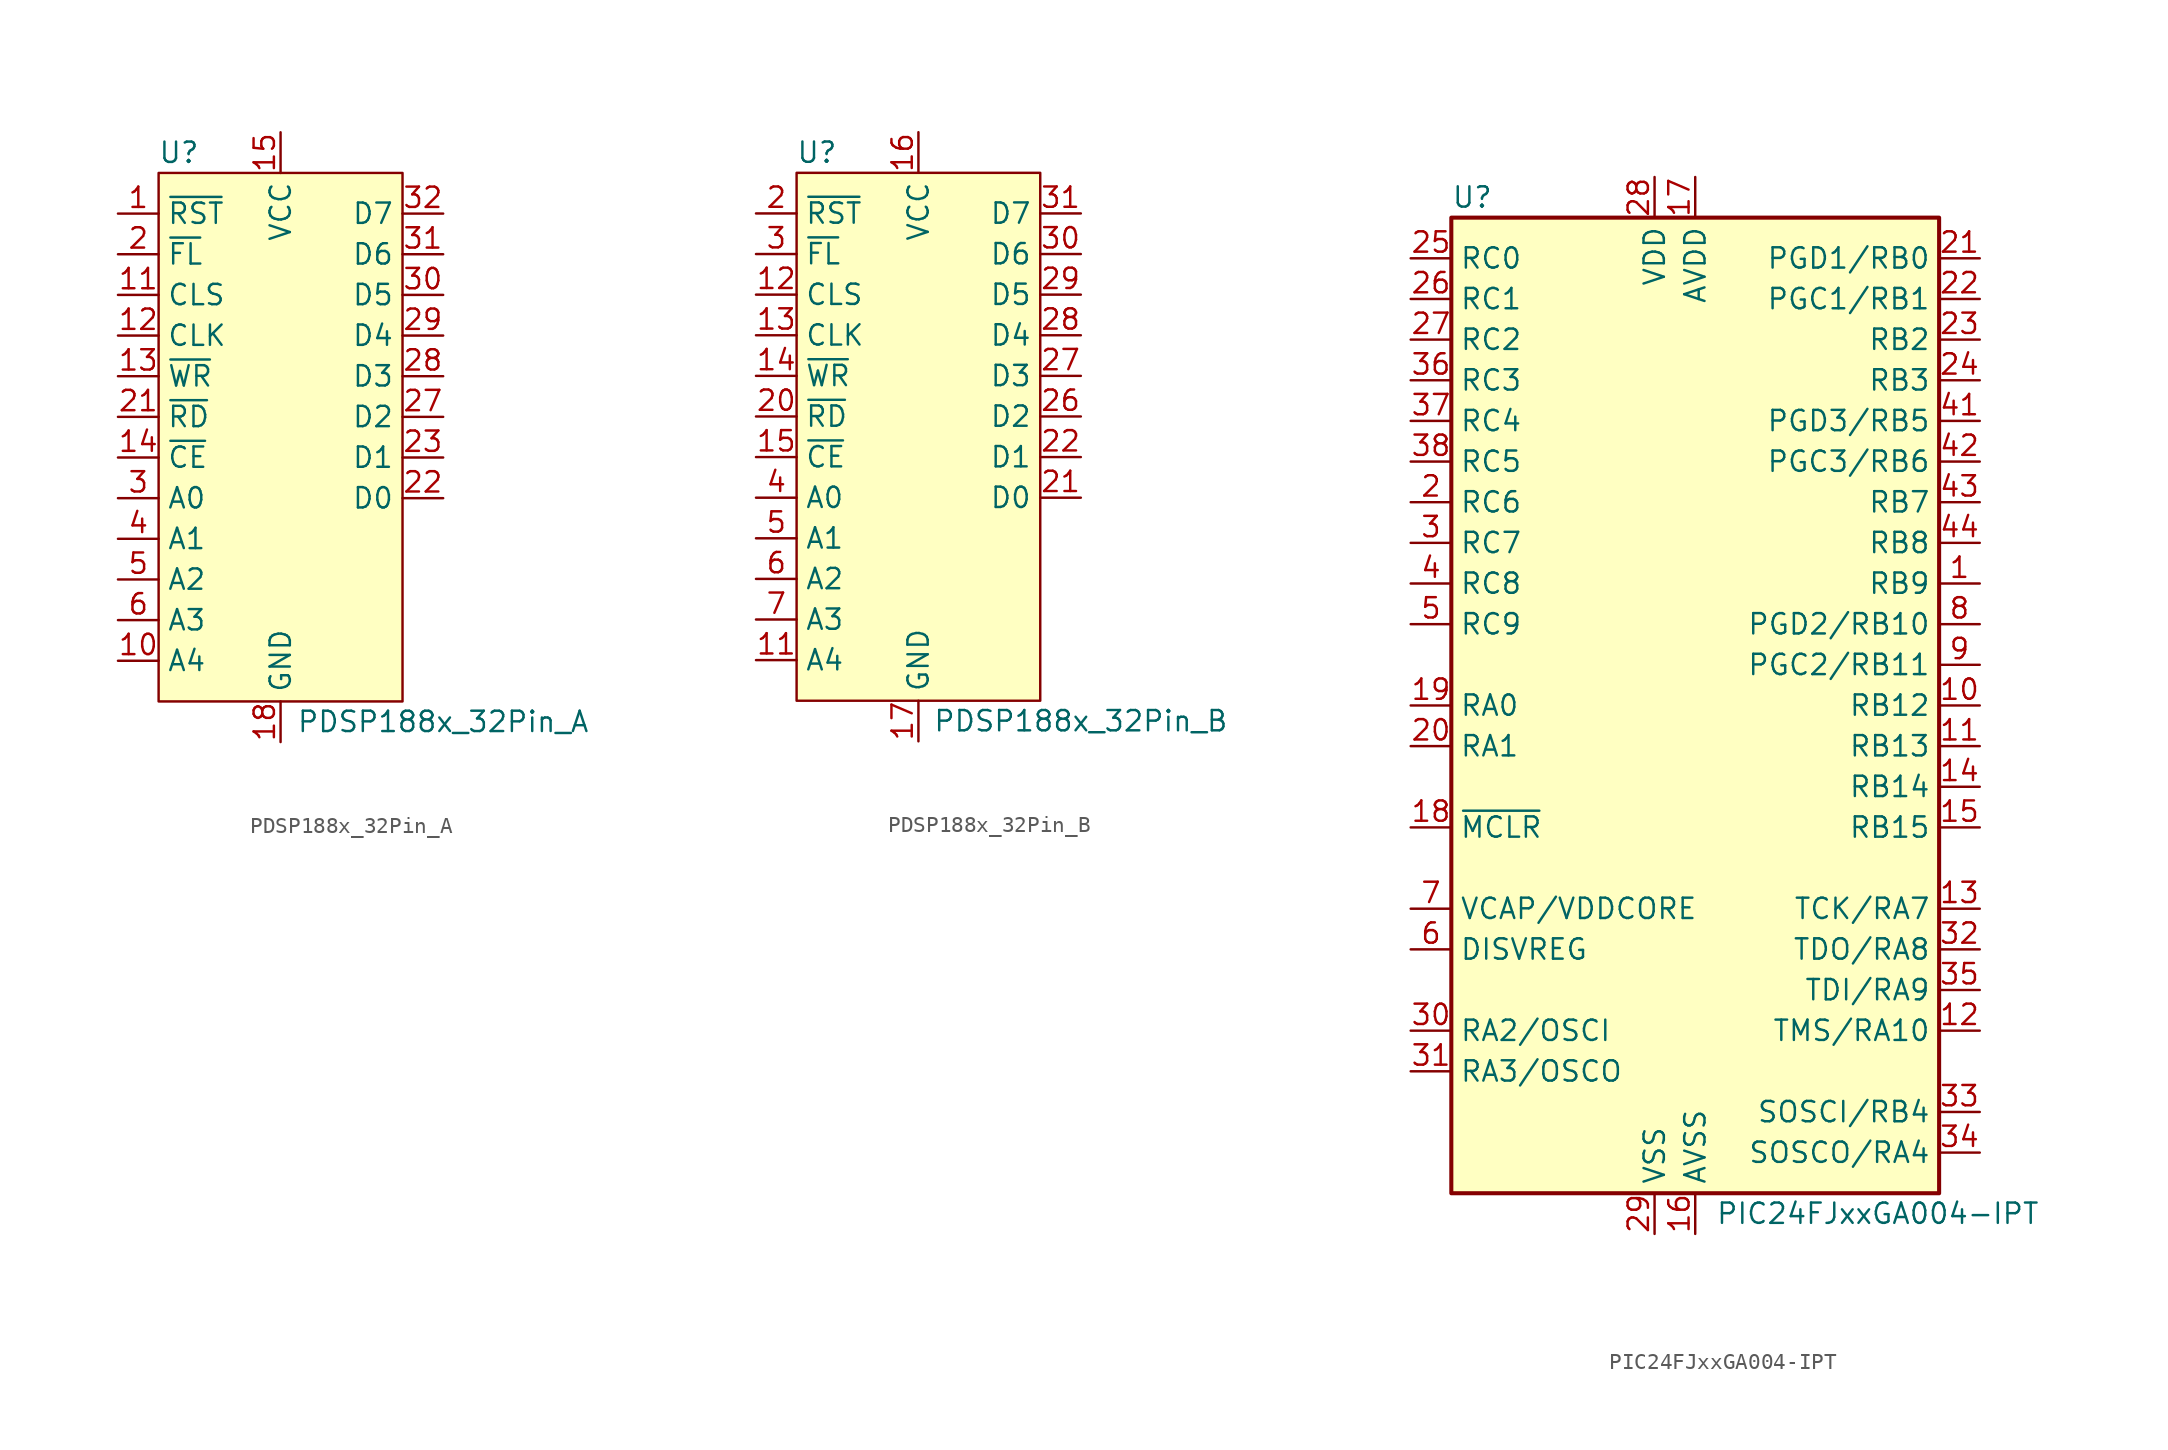
<source format=kicad_sym>
(kicad_symbol_lib
  (version 20231120)
  (generator "kicad_symbol_editor")
  (generator_version "8.0")
  (symbol "PDSP188x_32Pin_A"
    (property "Reference" "U"
      (at -6.35 13.97 0)
      (effects (font (size 1.27 1.27))))
    (property "Value" "PDSP188x_32Pin_A"
      (at 10.16 -21.59 0)
      (effects (font (size 1.27 1.27))))
    (symbol "PDSP188x_32Pin_A_1_1"
      (rectangle (start -7.62 12.7) (end 7.62 -20.32) (stroke (width 0) (type default)) (fill (type background)))
      (pin input line (at -10.16 10.16 0) (length 2.54) (name "~{RST}" (effects (font (size 1.27 1.27)))) (number "1" (effects (font (size 1.27 1.27)))))
      (pin input line (at -10.16 -17.78 0) (length 2.54) (name "A4" (effects (font (size 1.27 1.27)))) (number "10" (effects (font (size 1.27 1.27)))))
      (pin input line (at -10.16 5.08 0) (length 2.54) (name "CLS" (effects (font (size 1.27 1.27)))) (number "11" (effects (font (size 1.27 1.27)))))
      (pin input line (at -10.16 2.54 0) (length 2.54) (name "CLK" (effects (font (size 1.27 1.27)))) (number "12" (effects (font (size 1.27 1.27)))))
      (pin input line (at -10.16 0 0) (length 2.54) (name "~{WR}" (effects (font (size 1.27 1.27)))) (number "13" (effects (font (size 1.27 1.27)))))
      (pin input line (at -10.16 -5.08 0) (length 2.54) (name "~{CE}" (effects (font (size 1.27 1.27)))) (number "14" (effects (font (size 1.27 1.27)))))
      (pin power_in line (at 0 15.24 270) (length 2.54) (name "VCC" (effects (font (size 1.27 1.27)))) (number "15" (effects (font (size 1.27 1.27)))))
      (pin no_connect line (at 10.16 -12.7 180) (length 2.54) hide (name "" (effects (font (size 1.27 1.27)))) (number "16" (effects (font (size 1.27 1.27)))))
      (pin no_connect line (at 10.16 -12.7 180) (length 2.54) hide (name "" (effects (font (size 1.27 1.27)))) (number "17" (effects (font (size 1.27 1.27)))))
      (pin power_in line (at 0 -22.86 90) (length 2.54) (name "GND" (effects (font (size 1.27 1.27)))) (number "18" (effects (font (size 1.27 1.27)))))
      (pin no_connect line (at 10.16 -12.7 180) (length 2.54) hide (name "" (effects (font (size 1.27 1.27)))) (number "19" (effects (font (size 1.27 1.27)))))
      (pin input line (at -10.16 7.62 0) (length 2.54) (name "~{FL}" (effects (font (size 1.27 1.27)))) (number "2" (effects (font (size 1.27 1.27)))))
      (pin passive line (at 0 -22.86 90) (length 2.54) hide (name "GND" (effects (font (size 1.27 1.27)))) (number "20" (effects (font (size 1.27 1.27)))))
      (pin input line (at -10.16 -2.54 0) (length 2.54) (name "~{RD}" (effects (font (size 1.27 1.27)))) (number "21" (effects (font (size 1.27 1.27)))))
      (pin bidirectional line (at 10.16 -7.62 180) (length 2.54) (name "D0" (effects (font (size 1.27 1.27)))) (number "22" (effects (font (size 1.27 1.27)))))
      (pin bidirectional line (at 10.16 -5.08 180) (length 2.54) (name "D1" (effects (font (size 1.27 1.27)))) (number "23" (effects (font (size 1.27 1.27)))))
      (pin no_connect line (at 10.16 -12.7 180) (length 2.54) hide (name "" (effects (font (size 1.27 1.27)))) (number "24" (effects (font (size 1.27 1.27)))))
      (pin no_connect line (at 10.16 -12.7 180) (length 2.54) hide (name "" (effects (font (size 1.27 1.27)))) (number "25" (effects (font (size 1.27 1.27)))))
      (pin no_connect line (at 10.16 -12.7 180) (length 2.54) hide (name "" (effects (font (size 1.27 1.27)))) (number "26" (effects (font (size 1.27 1.27)))))
      (pin bidirectional line (at 10.16 -2.54 180) (length 2.54) (name "D2" (effects (font (size 1.27 1.27)))) (number "27" (effects (font (size 1.27 1.27)))))
      (pin bidirectional line (at 10.16 0 180) (length 2.54) (name "D3" (effects (font (size 1.27 1.27)))) (number "28" (effects (font (size 1.27 1.27)))))
      (pin bidirectional line (at 10.16 2.54 180) (length 2.54) (name "D4" (effects (font (size 1.27 1.27)))) (number "29" (effects (font (size 1.27 1.27)))))
      (pin input line (at -10.16 -7.62 0) (length 2.54) (name "A0" (effects (font (size 1.27 1.27)))) (number "3" (effects (font (size 1.27 1.27)))))
      (pin bidirectional line (at 10.16 5.08 180) (length 2.54) (name "D5" (effects (font (size 1.27 1.27)))) (number "30" (effects (font (size 1.27 1.27)))))
      (pin bidirectional line (at 10.16 7.62 180) (length 2.54) (name "D6" (effects (font (size 1.27 1.27)))) (number "31" (effects (font (size 1.27 1.27)))))
      (pin bidirectional line (at 10.16 10.16 180) (length 2.54) (name "D7" (effects (font (size 1.27 1.27)))) (number "32" (effects (font (size 1.27 1.27)))))
      (pin input line (at -10.16 -10.16 0) (length 2.54) (name "A1" (effects (font (size 1.27 1.27)))) (number "4" (effects (font (size 1.27 1.27)))))
      (pin input line (at -10.16 -12.7 0) (length 2.54) (name "A2" (effects (font (size 1.27 1.27)))) (number "5" (effects (font (size 1.27 1.27)))))
      (pin input line (at -10.16 -15.24 0) (length 2.54) (name "A3" (effects (font (size 1.27 1.27)))) (number "6" (effects (font (size 1.27 1.27)))))
      (pin no_connect line (at 10.16 -12.7 180) (length 2.54) hide (name "" (effects (font (size 1.27 1.27)))) (number "7" (effects (font (size 1.27 1.27)))))
      (pin no_connect line (at 10.16 -12.7 180) (length 2.54) hide (name "" (effects (font (size 1.27 1.27)))) (number "8" (effects (font (size 1.27 1.27)))))
      (pin no_connect line (at 10.16 -12.7 180) (length 2.54) hide (name "" (effects (font (size 1.27 1.27)))) (number "9" (effects (font (size 1.27 1.27)))))))
  (symbol "PDSP188x_32Pin_B"
    (property "Reference" "U"
      (at -6.35 13.97 0)
      (effects (font (size 1.27 1.27))))
    (property "Value" "PDSP188x_32Pin_B"
      (at 10.16 -21.59 0)
      (effects (font (size 1.27 1.27))))
    (symbol "PDSP188x_32Pin_B_1_1"
      (rectangle (start -7.62 12.7) (end 7.62 -20.32) (stroke (width 0) (type default)) (fill (type background)))
      (pin no_connect line (at 10.16 -12.7 180) (length 2.54) hide (name "" (effects (font (size 1.27 1.27)))) (number "1" (effects (font (size 1.27 1.27)))))
      (pin no_connect line (at 10.16 -12.7 180) (length 2.54) hide (name "" (effects (font (size 1.27 1.27)))) (number "10" (effects (font (size 1.27 1.27)))))
      (pin input line (at -10.16 -17.78 0) (length 2.54) (name "A4" (effects (font (size 1.27 1.27)))) (number "11" (effects (font (size 1.27 1.27)))))
      (pin input line (at -10.16 5.08 0) (length 2.54) (name "CLS" (effects (font (size 1.27 1.27)))) (number "12" (effects (font (size 1.27 1.27)))))
      (pin input line (at -10.16 2.54 0) (length 2.54) (name "CLK" (effects (font (size 1.27 1.27)))) (number "13" (effects (font (size 1.27 1.27)))))
      (pin input line (at -10.16 0 0) (length 2.54) (name "~{WR}" (effects (font (size 1.27 1.27)))) (number "14" (effects (font (size 1.27 1.27)))))
      (pin input line (at -10.16 -5.08 0) (length 2.54) (name "~{CE}" (effects (font (size 1.27 1.27)))) (number "15" (effects (font (size 1.27 1.27)))))
      (pin power_in line (at 0 15.24 270) (length 2.54) (name "VCC" (effects (font (size 1.27 1.27)))) (number "16" (effects (font (size 1.27 1.27)))))
      (pin power_in line (at 0 -22.86 90) (length 2.54) (name "GND" (effects (font (size 1.27 1.27)))) (number "17" (effects (font (size 1.27 1.27)))))
      (pin no_connect line (at 10.16 -12.7 180) (length 2.54) hide (name "" (effects (font (size 1.27 1.27)))) (number "18" (effects (font (size 1.27 1.27)))))
      (pin passive line (at 0 -22.86 90) (length 2.54) hide (name "GND" (effects (font (size 1.27 1.27)))) (number "19" (effects (font (size 1.27 1.27)))))
      (pin input line (at -10.16 10.16 0) (length 2.54) (name "~{RST}" (effects (font (size 1.27 1.27)))) (number "2" (effects (font (size 1.27 1.27)))))
      (pin input line (at -10.16 -2.54 0) (length 2.54) (name "~{RD}" (effects (font (size 1.27 1.27)))) (number "20" (effects (font (size 1.27 1.27)))))
      (pin bidirectional line (at 10.16 -7.62 180) (length 2.54) (name "D0" (effects (font (size 1.27 1.27)))) (number "21" (effects (font (size 1.27 1.27)))))
      (pin bidirectional line (at 10.16 -5.08 180) (length 2.54) (name "D1" (effects (font (size 1.27 1.27)))) (number "22" (effects (font (size 1.27 1.27)))))
      (pin no_connect line (at 10.16 -12.7 180) (length 2.54) hide (name "" (effects (font (size 1.27 1.27)))) (number "23" (effects (font (size 1.27 1.27)))))
      (pin no_connect line (at 10.16 -12.7 180) (length 2.54) hide (name "" (effects (font (size 1.27 1.27)))) (number "24" (effects (font (size 1.27 1.27)))))
      (pin no_connect line (at 10.16 -12.7 180) (length 2.54) hide (name "" (effects (font (size 1.27 1.27)))) (number "25" (effects (font (size 1.27 1.27)))))
      (pin bidirectional line (at 10.16 -2.54 180) (length 2.54) (name "D2" (effects (font (size 1.27 1.27)))) (number "26" (effects (font (size 1.27 1.27)))))
      (pin bidirectional line (at 10.16 0 180) (length 2.54) (name "D3" (effects (font (size 1.27 1.27)))) (number "27" (effects (font (size 1.27 1.27)))))
      (pin bidirectional line (at 10.16 2.54 180) (length 2.54) (name "D4" (effects (font (size 1.27 1.27)))) (number "28" (effects (font (size 1.27 1.27)))))
      (pin bidirectional line (at 10.16 5.08 180) (length 2.54) (name "D5" (effects (font (size 1.27 1.27)))) (number "29" (effects (font (size 1.27 1.27)))))
      (pin input line (at -10.16 7.62 0) (length 2.54) (name "~{FL}" (effects (font (size 1.27 1.27)))) (number "3" (effects (font (size 1.27 1.27)))))
      (pin bidirectional line (at 10.16 7.62 180) (length 2.54) (name "D6" (effects (font (size 1.27 1.27)))) (number "30" (effects (font (size 1.27 1.27)))))
      (pin bidirectional line (at 10.16 10.16 180) (length 2.54) (name "D7" (effects (font (size 1.27 1.27)))) (number "31" (effects (font (size 1.27 1.27)))))
      (pin no_connect line (at 10.16 -12.7 180) (length 2.54) hide (name "" (effects (font (size 1.27 1.27)))) (number "32" (effects (font (size 1.27 1.27)))))
      (pin input line (at -10.16 -7.62 0) (length 2.54) (name "A0" (effects (font (size 1.27 1.27)))) (number "4" (effects (font (size 1.27 1.27)))))
      (pin input line (at -10.16 -10.16 0) (length 2.54) (name "A1" (effects (font (size 1.27 1.27)))) (number "5" (effects (font (size 1.27 1.27)))))
      (pin input line (at -10.16 -12.7 0) (length 2.54) (name "A2" (effects (font (size 1.27 1.27)))) (number "6" (effects (font (size 1.27 1.27)))))
      (pin input line (at -10.16 -15.24 0) (length 2.54) (name "A3" (effects (font (size 1.27 1.27)))) (number "7" (effects (font (size 1.27 1.27)))))
      (pin no_connect line (at 10.16 -12.7 180) (length 2.54) hide (name "" (effects (font (size 1.27 1.27)))) (number "8" (effects (font (size 1.27 1.27)))))
      (pin no_connect line (at 10.16 -12.7 180) (length 2.54) hide (name "" (effects (font (size 1.27 1.27)))) (number "9" (effects (font (size 1.27 1.27)))))))
  (symbol "PIC24FJxxGA004-IPT"
    (property "Reference" "U"
      (at -15.24 31.75 0)
      (effects (font (size 1.27 1.27)) (justify left)))
    (property "Value" "PIC24FJxxGA004-IPT"
      (at 1.27 -31.75 0)
      (effects (font (size 1.27 1.27)) (justify left)))
    (symbol "PIC24FJxxGA004-IPT_0_1"
      (rectangle (start -15.24 -30.48) (end 15.24 30.48) (stroke (width 0.254) (type default)) (fill (type background))))
    (symbol "PIC24FJxxGA004-IPT_1_1"
      (pin bidirectional line (at 17.78 7.62 180) (length 2.54) (name "RB9" (effects (font (size 1.27 1.27)))) (number "1" (effects (font (size 1.27 1.27)))) (alternate "CN21" bidirectional line) (alternate "PMD3" bidirectional line) (alternate "RP9" bidirectional line) (alternate "SDA1" bidirectional line))
      (pin bidirectional line (at 17.78 0 180) (length 2.54) (name "RB12" (effects (font (size 1.27 1.27)))) (number "10" (effects (font (size 1.27 1.27)))) (alternate "AN12" bidirectional line) (alternate "CN14" bidirectional line) (alternate "PMD0" bidirectional line) (alternate "RP12" bidirectional line))
      (pin bidirectional line (at 17.78 -2.54 180) (length 2.54) (name "RB13" (effects (font (size 1.27 1.27)))) (number "11" (effects (font (size 1.27 1.27)))) (alternate "AN11" bidirectional line) (alternate "CN13" bidirectional line) (alternate "PMRD" bidirectional line) (alternate "RP13" bidirectional line))
      (pin bidirectional line (at 17.78 -20.32 180) (length 2.54) (name "TMS/RA10" (effects (font (size 1.27 1.27)))) (number "12" (effects (font (size 1.27 1.27)))) (alternate "PMA10" bidirectional line))
      (pin bidirectional line (at 17.78 -12.7 180) (length 2.54) (name "TCK/RA7" (effects (font (size 1.27 1.27)))) (number "13" (effects (font (size 1.27 1.27)))) (alternate "PMA7" bidirectional line))
      (pin bidirectional line (at 17.78 -5.08 180) (length 2.54) (name "RB14" (effects (font (size 1.27 1.27)))) (number "14" (effects (font (size 1.27 1.27)))) (alternate "AN10" bidirectional line) (alternate "CN12" bidirectional line) (alternate "CVREF" bidirectional line) (alternate "PMWR" bidirectional line) (alternate "RP14" bidirectional line) (alternate "RTCC" bidirectional line))
      (pin bidirectional line (at 17.78 -7.62 180) (length 2.54) (name "RB15" (effects (font (size 1.27 1.27)))) (number "15" (effects (font (size 1.27 1.27)))) (alternate "AN9" bidirectional line) (alternate "CN11" bidirectional line) (alternate "PMCS1" bidirectional line) (alternate "RP15" bidirectional line))
      (pin power_in line (at 0 -33.02 90) (length 2.54) (name "AVSS" (effects (font (size 1.27 1.27)))) (number "16" (effects (font (size 1.27 1.27)))))
      (pin power_in line (at 0 33.02 270) (length 2.54) (name "AVDD" (effects (font (size 1.27 1.27)))) (number "17" (effects (font (size 1.27 1.27)))))
      (pin input line (at -17.78 -7.62 0) (length 2.54) (name "~{MCLR}" (effects (font (size 1.27 1.27)))) (number "18" (effects (font (size 1.27 1.27)))))
      (pin bidirectional line (at -17.78 0 0) (length 2.54) (name "RA0" (effects (font (size 1.27 1.27)))) (number "19" (effects (font (size 1.27 1.27)))) (alternate "AN0" bidirectional line) (alternate "CN2" bidirectional line) (alternate "VREF+" bidirectional line))
      (pin bidirectional line (at -17.78 12.7 0) (length 2.54) (name "RC6" (effects (font (size 1.27 1.27)))) (number "2" (effects (font (size 1.27 1.27)))) (alternate "CN18" bidirectional line) (alternate "PMA1" bidirectional line) (alternate "RP22" bidirectional line))
      (pin bidirectional line (at -17.78 -2.54 0) (length 2.54) (name "RA1" (effects (font (size 1.27 1.27)))) (number "20" (effects (font (size 1.27 1.27)))) (alternate "AN1" bidirectional line) (alternate "CN3" bidirectional line) (alternate "VREF-" bidirectional line))
      (pin bidirectional line (at 17.78 27.94 180) (length 2.54) (name "PGD1/RB0" (effects (font (size 1.27 1.27)))) (number "21" (effects (font (size 1.27 1.27)))) (alternate "AN2" bidirectional line) (alternate "C2IN-" bidirectional line) (alternate "CN4" bidirectional line) (alternate "EMUD1" bidirectional line) (alternate "RP0" bidirectional line))
      (pin bidirectional line (at 17.78 25.4 180) (length 2.54) (name "PGC1/RB1" (effects (font (size 1.27 1.27)))) (number "22" (effects (font (size 1.27 1.27)))) (alternate "AN3" bidirectional line) (alternate "C2IN+" bidirectional line) (alternate "CN5" bidirectional line) (alternate "EMUC1" bidirectional line) (alternate "RP1" bidirectional line))
      (pin bidirectional line (at 17.78 22.86 180) (length 2.54) (name "RB2" (effects (font (size 1.27 1.27)))) (number "23" (effects (font (size 1.27 1.27)))) (alternate "AN4" bidirectional line) (alternate "C1IN-" bidirectional line) (alternate "CN6" bidirectional line) (alternate "RP2" bidirectional line) (alternate "SDA2" bidirectional line))
      (pin bidirectional line (at 17.78 20.32 180) (length 2.54) (name "RB3" (effects (font (size 1.27 1.27)))) (number "24" (effects (font (size 1.27 1.27)))) (alternate "AN5" bidirectional line) (alternate "C1IN+" bidirectional line) (alternate "CN7" bidirectional line) (alternate "RP3" bidirectional line) (alternate "SCL2" bidirectional line))
      (pin bidirectional line (at -17.78 27.94 0) (length 2.54) (name "RC0" (effects (font (size 1.27 1.27)))) (number "25" (effects (font (size 1.27 1.27)))) (alternate "AN6" bidirectional line) (alternate "CN8" bidirectional line) (alternate "RP16" bidirectional line))
      (pin bidirectional line (at -17.78 25.4 0) (length 2.54) (name "RC1" (effects (font (size 1.27 1.27)))) (number "26" (effects (font (size 1.27 1.27)))) (alternate "AN7" bidirectional line) (alternate "CN9" bidirectional line) (alternate "RP17" bidirectional line))
      (pin bidirectional line (at -17.78 22.86 0) (length 2.54) (name "RC2" (effects (font (size 1.27 1.27)))) (number "27" (effects (font (size 1.27 1.27)))) (alternate "AN8" bidirectional line) (alternate "CN10" bidirectional line) (alternate "PMA2" bidirectional line) (alternate "RP18" bidirectional line))
      (pin power_in line (at -2.54 33.02 270) (length 2.54) (name "VDD" (effects (font (size 1.27 1.27)))) (number "28" (effects (font (size 1.27 1.27)))))
      (pin power_in line (at -2.54 -33.02 90) (length 2.54) (name "VSS" (effects (font (size 1.27 1.27)))) (number "29" (effects (font (size 1.27 1.27)))))
      (pin bidirectional line (at -17.78 10.16 0) (length 2.54) (name "RC7" (effects (font (size 1.27 1.27)))) (number "3" (effects (font (size 1.27 1.27)))) (alternate "CN17" bidirectional line) (alternate "PMA0" bidirectional line) (alternate "RP23" bidirectional line))
      (pin bidirectional line (at -17.78 -20.32 0) (length 2.54) (name "RA2/OSCI" (effects (font (size 1.27 1.27)))) (number "30" (effects (font (size 1.27 1.27)))) (alternate "CLKI" bidirectional line) (alternate "CN30" bidirectional line))
      (pin bidirectional line (at -17.78 -22.86 0) (length 2.54) (name "RA3/OSCO" (effects (font (size 1.27 1.27)))) (number "31" (effects (font (size 1.27 1.27)))) (alternate "CLKO" bidirectional line) (alternate "CN29" bidirectional line))
      (pin bidirectional line (at 17.78 -15.24 180) (length 2.54) (name "TDO/RA8" (effects (font (size 1.27 1.27)))) (number "32" (effects (font (size 1.27 1.27)))) (alternate "PMA8" bidirectional line) (alternate "TDO" bidirectional line))
      (pin bidirectional line (at 17.78 -25.4 180) (length 2.54) (name "SOSCI/RB4" (effects (font (size 1.27 1.27)))) (number "33" (effects (font (size 1.27 1.27)))) (alternate "CN1" bidirectional line) (alternate "RP4" bidirectional line))
      (pin bidirectional line (at 17.78 -27.94 180) (length 2.54) (name "SOSCO/RA4" (effects (font (size 1.27 1.27)))) (number "34" (effects (font (size 1.27 1.27)))) (alternate "CN0" bidirectional line) (alternate "T1CK" bidirectional line))
      (pin bidirectional line (at 17.78 -17.78 180) (length 2.54) (name "TDI/RA9" (effects (font (size 1.27 1.27)))) (number "35" (effects (font (size 1.27 1.27)))) (alternate "PMA9" bidirectional line) (alternate "TDI" bidirectional line))
      (pin bidirectional line (at -17.78 20.32 0) (length 2.54) (name "RC3" (effects (font (size 1.27 1.27)))) (number "36" (effects (font (size 1.27 1.27)))) (alternate "CN28" bidirectional line) (alternate "PMBE" bidirectional line) (alternate "RP19" bidirectional line))
      (pin bidirectional line (at -17.78 17.78 0) (length 2.54) (name "RC4" (effects (font (size 1.27 1.27)))) (number "37" (effects (font (size 1.27 1.27)))) (alternate "CN25" bidirectional line) (alternate "PMA4" bidirectional line) (alternate "RP20" bidirectional line))
      (pin bidirectional line (at -17.78 15.24 0) (length 2.54) (name "RC5" (effects (font (size 1.27 1.27)))) (number "38" (effects (font (size 1.27 1.27)))) (alternate "CN26" bidirectional line) (alternate "PMA3" bidirectional line) (alternate "RP21" bidirectional line))
      (pin passive line (at -2.54 -33.02 90) (length 2.54) hide (name "VSS" (effects (font (size 1.27 1.27)))) (number "39" (effects (font (size 1.27 1.27)))))
      (pin bidirectional line (at -17.78 7.62 0) (length 2.54) (name "RC8" (effects (font (size 1.27 1.27)))) (number "4" (effects (font (size 1.27 1.27)))) (alternate "CN20" bidirectional line) (alternate "PMA5" bidirectional line) (alternate "RP24" bidirectional line))
      (pin passive line (at -2.54 33.02 270) (length 2.54) hide (name "VDD" (effects (font (size 1.27 1.27)))) (number "40" (effects (font (size 1.27 1.27)))))
      (pin bidirectional line (at 17.78 17.78 180) (length 2.54) (name "PGD3/RB5" (effects (font (size 1.27 1.27)))) (number "41" (effects (font (size 1.27 1.27)))) (alternate "ASDA1" bidirectional line) (alternate "CN27" bidirectional line) (alternate "EMUD3" bidirectional line) (alternate "PMD7" bidirectional line) (alternate "RP5" bidirectional line))
      (pin bidirectional line (at 17.78 15.24 180) (length 2.54) (name "PGC3/RB6" (effects (font (size 1.27 1.27)))) (number "42" (effects (font (size 1.27 1.27)))) (alternate "ASCL1" bidirectional line) (alternate "CN24" bidirectional line) (alternate "EMUC3" bidirectional line) (alternate "PMD6" bidirectional line) (alternate "RP6" bidirectional line))
      (pin bidirectional line (at 17.78 12.7 180) (length 2.54) (name "RB7" (effects (font (size 1.27 1.27)))) (number "43" (effects (font (size 1.27 1.27)))) (alternate "CN23" bidirectional line) (alternate "INT0" bidirectional line) (alternate "PMD5" bidirectional line) (alternate "RP7" bidirectional line))
      (pin bidirectional line (at 17.78 10.16 180) (length 2.54) (name "RB8" (effects (font (size 1.27 1.27)))) (number "44" (effects (font (size 1.27 1.27)))) (alternate "CN22" bidirectional line) (alternate "PMD4" bidirectional line) (alternate "RP8" bidirectional line) (alternate "SCL1" bidirectional line))
      (pin bidirectional line (at -17.78 5.08 0) (length 2.54) (name "RC9" (effects (font (size 1.27 1.27)))) (number "5" (effects (font (size 1.27 1.27)))) (alternate "CN19" bidirectional line) (alternate "PMA6" bidirectional line) (alternate "RP25" bidirectional line))
      (pin input line (at -17.78 -15.24 0) (length 2.54) (name "DISVREG" (effects (font (size 1.27 1.27)))) (number "6" (effects (font (size 1.27 1.27)))))
      (pin passive line (at -17.78 -12.7 0) (length 2.54) (name "VCAP/VDDCORE" (effects (font (size 1.27 1.27)))) (number "7" (effects (font (size 1.27 1.27)))))
      (pin bidirectional line (at 17.78 5.08 180) (length 2.54) (name "PGD2/RB10" (effects (font (size 1.27 1.27)))) (number "8" (effects (font (size 1.27 1.27)))) (alternate "CN16" bidirectional line) (alternate "EMUD2" bidirectional line) (alternate "PMD2" bidirectional line) (alternate "RP10" bidirectional line))
      (pin bidirectional line (at 17.78 2.54 180) (length 2.54) (name "PGC2/RB11" (effects (font (size 1.27 1.27)))) (number "9" (effects (font (size 1.27 1.27)))) (alternate "CN15" bidirectional line) (alternate "EMUC2" bidirectional line) (alternate "PMD1" bidirectional line) (alternate "RP11" bidirectional line)))))
</source>
